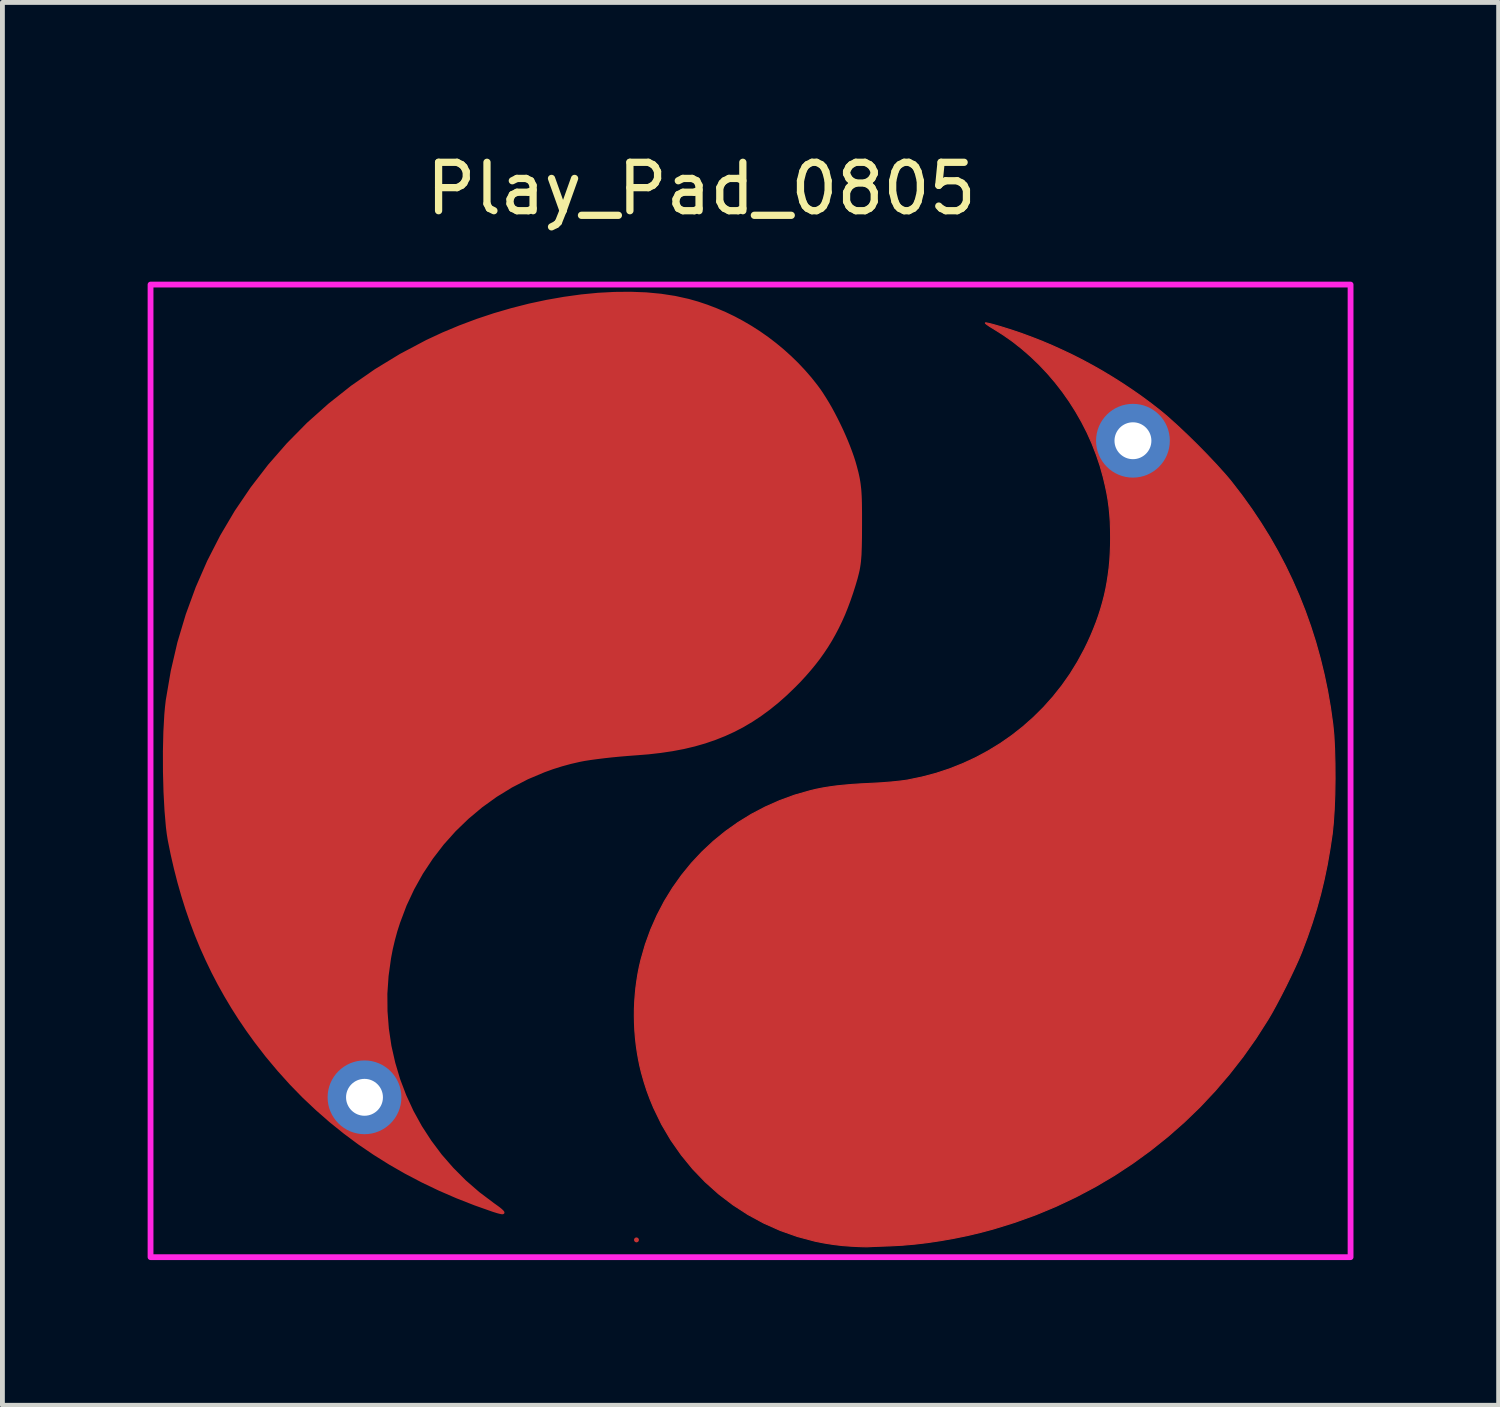
<source format=kicad_pcb>
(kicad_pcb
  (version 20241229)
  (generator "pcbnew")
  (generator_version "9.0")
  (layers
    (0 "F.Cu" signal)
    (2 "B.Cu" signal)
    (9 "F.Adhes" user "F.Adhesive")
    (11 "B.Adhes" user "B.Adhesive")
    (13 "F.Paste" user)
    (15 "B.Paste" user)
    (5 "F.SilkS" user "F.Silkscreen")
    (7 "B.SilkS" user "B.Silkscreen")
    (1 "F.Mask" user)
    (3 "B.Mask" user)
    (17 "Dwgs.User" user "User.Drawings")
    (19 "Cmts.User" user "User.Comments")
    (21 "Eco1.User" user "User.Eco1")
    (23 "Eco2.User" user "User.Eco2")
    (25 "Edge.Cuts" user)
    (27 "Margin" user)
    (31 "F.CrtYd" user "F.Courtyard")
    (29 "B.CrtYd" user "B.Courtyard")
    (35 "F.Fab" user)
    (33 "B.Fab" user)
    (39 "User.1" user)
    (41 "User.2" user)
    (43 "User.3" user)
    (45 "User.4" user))
  (footprint "Play_Pad_0805"
    (layer "F.Cu")
    (at 11.414 13.599)
    (property "Reference" "Play_Pad_0805" (at 0.025 -12.751 0) (layer "F.SilkS") (effects (font (size 1 1) (thickness 0.15))))
    (attr exclude_from_pos_files exclude_from_bom)
    (fp_line (start -1.316 8.965) (end -1.315 8.966) (stroke (width 0.1) (type solid)) (layer "F.Cu"))
    (fp_poly (pts (xy -1.116 -10.586) (xy -0.809 -10.557) (xy -0.517 -10.512) (xy -0.242 -10.451) (xy -0.048 -10.396) (xy 0.143 -10.332) (xy 0.331 -10.26) (xy 0.517 -10.181) (xy 0.7 -10.093) (xy 0.879 -9.997) (xy 1.055 -9.894) (xy 1.226 -9.784) (xy 1.393 -9.667) (xy 1.555 -9.543) (xy 1.712 -9.413) (xy 1.864 -9.276) (xy 2.01 -9.134) (xy 2.15 -8.985) (xy 2.284 -8.831) (xy 2.41 -8.671) (xy 2.468 -8.592) (xy 2.526 -8.506) (xy 2.585 -8.413) (xy 2.645 -8.315) (xy 2.704 -8.212) (xy 2.762 -8.105) (xy 2.819 -7.995) (xy 2.875 -7.882) (xy 2.929 -7.769) (xy 2.98 -7.655) (xy 3.029 -7.541) (xy 3.074 -7.429) (xy 3.116 -7.318) (xy 3.154 -7.211) (xy 3.187 -7.108) (xy 3.215 -7.009) (xy 3.247 -6.886) (xy 3.26 -6.828) (xy 3.272 -6.771) (xy 3.282 -6.715) (xy 3.291 -6.657) (xy 3.298 -6.598) (xy 3.305 -6.535) (xy 3.31 -6.468) (xy 3.314 -6.397) (xy 3.317 -6.319) (xy 3.319 -6.234) (xy 3.321 -6.037) (xy 3.321 -5.799) (xy 3.32 -5.55) (xy 3.316 -5.349) (xy 3.31 -5.187) (xy 3.299 -5.051) (xy 3.291 -4.99) (xy 3.282 -4.932) (xy 3.272 -4.875) (xy 3.259 -4.818) (xy 3.229 -4.7) (xy 3.189 -4.565) (xy 3.138 -4.404) (xy 3.085 -4.25) (xy 3.029 -4.1) (xy 2.971 -3.956) (xy 2.909 -3.817) (xy 2.843 -3.681) (xy 2.774 -3.55) (xy 2.702 -3.422) (xy 2.625 -3.297) (xy 2.543 -3.174) (xy 2.458 -3.054) (xy 2.367 -2.936) (xy 2.271 -2.819) (xy 2.17 -2.703) (xy 2.064 -2.587) (xy 1.951 -2.472) (xy 1.78 -2.307) (xy 1.608 -2.154) (xy 1.434 -2.013) (xy 1.256 -1.882) (xy 1.076 -1.762) (xy 0.891 -1.652) (xy 0.702 -1.553) (xy 0.507 -1.464) (xy 0.306 -1.384) (xy 0.099 -1.313) (xy -0.117 -1.251) (xy -0.34 -1.198) (xy -0.572 -1.154) (xy -0.814 -1.118) (xy -1.066 -1.089) (xy -1.328 -1.068) (xy -1.489 -1.056) (xy -1.655 -1.042) (xy -1.822 -1.026) (xy -1.984 -1.008) (xy -2.137 -0.989) (xy -2.276 -0.97) (xy -2.397 -0.951) (xy -2.494 -0.932) (xy -2.68 -0.889) (xy -2.863 -0.839) (xy -3.044 -0.782) (xy -3.221 -0.718) (xy -3.567 -0.572) (xy -3.898 -0.401) (xy -4.216 -0.206) (xy -4.517 0.011) (xy -4.801 0.249) (xy -5.068 0.507) (xy -5.315 0.783) (xy -5.541 1.077) (xy -5.747 1.388) (xy -5.929 1.714) (xy -6.088 2.053) (xy -6.221 2.406) (xy -6.279 2.586) (xy -6.329 2.77) (xy -6.373 2.956) (xy -6.409 3.144) (xy -6.46 3.513) (xy -6.485 3.879) (xy -6.482 4.243) (xy -6.454 4.604) (xy -6.401 4.96) (xy -6.322 5.309) (xy -6.22 5.652) (xy -6.093 5.986) (xy -5.943 6.311) (xy -5.77 6.625) (xy -5.574 6.927) (xy -5.357 7.217) (xy -5.117 7.492) (xy -4.857 7.753) (xy -4.576 7.997) (xy -4.276 8.223) (xy -4.227 8.258) (xy -4.184 8.289) (xy -4.148 8.316) (xy -4.119 8.34) (xy -4.096 8.361) (xy -4.087 8.37) (xy -4.079 8.378) (xy -4.074 8.385) (xy -4.07 8.391) (xy -4.067 8.397) (xy -4.066 8.401) (xy -4.067 8.405) (xy -4.069 8.408) (xy -4.073 8.41) (xy -4.079 8.412) (xy -4.086 8.412) (xy -4.095 8.412) (xy -4.105 8.411) (xy -4.117 8.409) (xy -4.146 8.402) (xy -4.181 8.393) (xy -4.223 8.38) (xy -4.272 8.365) (xy -4.654 8.23) (xy -5.026 8.084) (xy -5.388 7.927) (xy -5.739 7.759) (xy -6.081 7.58) (xy -6.412 7.39) (xy -6.733 7.189) (xy -7.045 6.977) (xy -7.346 6.753) (xy -7.638 6.518) (xy -7.92 6.271) (xy -8.193 6.014) (xy -8.456 5.744) (xy -8.709 5.463) (xy -8.954 5.171) (xy -9.189 4.866) (xy -9.355 4.636) (xy -9.514 4.402) (xy -9.665 4.165) (xy -9.808 3.925) (xy -9.944 3.682) (xy -10.073 3.434) (xy -10.194 3.182) (xy -10.309 2.927) (xy -10.416 2.667) (xy -10.516 2.402) (xy -10.609 2.132) (xy -10.695 1.858) (xy -10.775 1.578) (xy -10.848 1.293) (xy -10.915 1.002) (xy -10.975 0.705) (xy -10.995 0.581) (xy -11.013 0.437) (xy -11.042 0.097) (xy -11.063 -0.292) (xy -11.074 -0.707) (xy -11.075 -1.127) (xy -11.066 -1.527) (xy -11.046 -1.886) (xy -11.032 -2.044) (xy -11.016 -2.182) (xy -10.913 -2.785) (xy -10.776 -3.375) (xy -10.604 -3.95) (xy -10.399 -4.51) (xy -10.162 -5.053) (xy -9.893 -5.578) (xy -9.594 -6.084) (xy -9.264 -6.57) (xy -8.906 -7.035) (xy -8.519 -7.478) (xy -8.105 -7.898) (xy -7.663 -8.292) (xy -7.196 -8.662) (xy -6.704 -9.004) (xy -6.188 -9.318) (xy -5.648 -9.604) (xy -5.31 -9.761) (xy -4.963 -9.906) (xy -4.611 -10.038) (xy -4.253 -10.157) (xy -3.892 -10.262) (xy -3.531 -10.354) (xy -3.17 -10.431) (xy -2.811 -10.494) (xy -2.457 -10.543) (xy -2.108 -10.577) (xy -1.768 -10.595) (xy -1.436 -10.598)) (stroke (width 0.047) (type solid)) (fill yes) (layer "F.Cu"))
    (fp_poly (pts (xy 5.905 -9.979) (xy 5.915 -9.978) (xy 5.926 -9.975) (xy 5.957 -9.969) (xy 5.996 -9.96) (xy 6.042 -9.948) (xy 6.093 -9.934) (xy 6.148 -9.918) (xy 6.207 -9.901) (xy 6.425 -9.833) (xy 6.643 -9.759) (xy 6.859 -9.679) (xy 7.075 -9.594) (xy 7.289 -9.503) (xy 7.502 -9.406) (xy 7.714 -9.305) (xy 7.923 -9.198) (xy 8.13 -9.086) (xy 8.334 -8.969) (xy 8.536 -8.847) (xy 8.736 -8.72) (xy 8.932 -8.589) (xy 9.125 -8.454) (xy 9.314 -8.314) (xy 9.5 -8.169) (xy 9.58 -8.104) (xy 9.667 -8.029) (xy 9.857 -7.858) (xy 10.062 -7.665) (xy 10.272 -7.459) (xy 10.478 -7.249) (xy 10.671 -7.044) (xy 10.842 -6.854) (xy 10.917 -6.767) (xy 10.982 -6.687) (xy 11.194 -6.412) (xy 11.395 -6.132) (xy 11.585 -5.847) (xy 11.765 -5.557) (xy 11.933 -5.262) (xy 12.091 -4.962) (xy 12.237 -4.657) (xy 12.373 -4.347) (xy 12.498 -4.032) (xy 12.612 -3.712) (xy 12.716 -3.386) (xy 12.808 -3.056) (xy 12.89 -2.72) (xy 12.961 -2.38) (xy 13.021 -2.034) (xy 13.07 -1.682) (xy 13.092 -1.455) (xy 13.106 -1.182) (xy 13.114 -0.877) (xy 13.116 -0.557) (xy 13.111 -0.236) (xy 13.099 0.07) (xy 13.081 0.345) (xy 13.058 0.575) (xy 13.009 0.903) (xy 12.954 1.219) (xy 12.89 1.525) (xy 12.818 1.825) (xy 12.736 2.122) (xy 12.644 2.418) (xy 12.54 2.719) (xy 12.424 3.026) (xy 12.365 3.167) (xy 12.289 3.335) (xy 12.2 3.523) (xy 12.104 3.72) (xy 12.004 3.916) (xy 11.905 4.104) (xy 11.812 4.274) (xy 11.729 4.415) (xy 11.48 4.805) (xy 11.215 5.18) (xy 10.933 5.541) (xy 10.636 5.888) (xy 10.325 6.219) (xy 9.999 6.534) (xy 9.659 6.833) (xy 9.305 7.116) (xy 8.939 7.382) (xy 8.561 7.631) (xy 8.171 7.862) (xy 7.769 8.075) (xy 7.357 8.27) (xy 6.935 8.446) (xy 6.503 8.602) (xy 6.062 8.739) (xy 5.797 8.81) (xy 5.525 8.875) (xy 5.25 8.931) (xy 4.975 8.98) (xy 4.701 9.021) (xy 4.433 9.053) (xy 4.172 9.076) (xy 3.922 9.089) (xy 3.65 9.099) (xy 3.549 9.103) (xy 3.49 9.106) (xy 3.467 9.107) (xy 3.436 9.107) (xy 3.396 9.107) (xy 3.349 9.106) (xy 3.243 9.102) (xy 3.127 9.096) (xy 3.127 9.096) (xy 2.936 9.082) (xy 2.746 9.059) (xy 2.558 9.029) (xy 2.373 8.992) (xy 2.009 8.895) (xy 1.656 8.77) (xy 1.316 8.619) (xy 0.989 8.442) (xy 0.678 8.24) (xy 0.383 8.015) (xy 0.106 7.767) (xy -0.152 7.499) (xy -0.388 7.21) (xy -0.603 6.903) (xy -0.794 6.579) (xy -0.96 6.237) (xy -1.033 6.061) (xy -1.1 5.881) (xy -1.159 5.697) (xy -1.212 5.51) (xy -1.246 5.37) (xy -1.275 5.227) (xy -1.3 5.083) (xy -1.321 4.937) (xy -1.337 4.79) (xy -1.349 4.642) (xy -1.356 4.494) (xy -1.359 4.345) (xy -1.358 4.197) (xy -1.352 4.048) (xy -1.341 3.901) (xy -1.327 3.754) (xy -1.307 3.608) (xy -1.284 3.464) (xy -1.256 3.322) (xy -1.223 3.182) (xy -1.132 2.864) (xy -1.02 2.555) (xy -0.888 2.257) (xy -0.738 1.97) (xy -0.569 1.695) (xy -0.383 1.433) (xy -0.18 1.184) (xy 0.039 0.95) (xy 0.273 0.731) (xy 0.522 0.528) (xy 0.784 0.342) (xy 1.059 0.173) (xy 1.347 0.022) (xy 1.645 -0.11) (xy 1.954 -0.223) (xy 2.274 -0.314) (xy 2.399 -0.344) (xy 2.529 -0.37) (xy 2.664 -0.392) (xy 2.808 -0.412) (xy 2.962 -0.428) (xy 3.13 -0.443) (xy 3.313 -0.455) (xy 3.513 -0.465) (xy 3.625 -0.471) (xy 3.736 -0.477) (xy 3.95 -0.494) (xy 4.049 -0.504) (xy 4.139 -0.514) (xy 4.218 -0.524) (xy 4.285 -0.534) (xy 4.579 -0.595) (xy 4.868 -0.671) (xy 5.15 -0.764) (xy 5.424 -0.873) (xy 5.691 -0.996) (xy 5.949 -1.135) (xy 6.198 -1.287) (xy 6.438 -1.454) (xy 6.667 -1.634) (xy 6.885 -1.827) (xy 7.093 -2.033) (xy 7.288 -2.251) (xy 7.471 -2.481) (xy 7.641 -2.722) (xy 7.797 -2.975) (xy 7.939 -3.237) (xy 8.007 -3.377) (xy 8.07 -3.516) (xy 8.128 -3.655) (xy 8.182 -3.793) (xy 8.231 -3.931) (xy 8.275 -4.069) (xy 8.315 -4.208) (xy 8.351 -4.347) (xy 8.382 -4.488) (xy 8.408 -4.63) (xy 8.43 -4.774) (xy 8.449 -4.92) (xy 8.463 -5.068) (xy 8.472 -5.219) (xy 8.478 -5.373) (xy 8.48 -5.529) (xy 8.478 -5.707) (xy 8.473 -5.872) (xy 8.462 -6.026) (xy 8.447 -6.175) (xy 8.427 -6.321) (xy 8.401 -6.47) (xy 8.368 -6.625) (xy 8.329 -6.79) (xy 8.263 -7.026) (xy 8.184 -7.259) (xy 8.095 -7.488) (xy 7.994 -7.713) (xy 7.882 -7.932) (xy 7.759 -8.147) (xy 7.627 -8.355) (xy 7.485 -8.557) (xy 7.334 -8.751) (xy 7.174 -8.938) (xy 7.006 -9.116) (xy 6.83 -9.285) (xy 6.646 -9.445) (xy 6.456 -9.595) (xy 6.259 -9.733) (xy 6.056 -9.861) (xy 6.019 -9.883) (xy 5.985 -9.904) (xy 5.956 -9.924) (xy 5.931 -9.941) (xy 5.912 -9.956) (xy 5.905 -9.962) (xy 5.899 -9.967) (xy 5.895 -9.972) (xy 5.893 -9.975) (xy 5.893 -9.976) (xy 5.893 -9.978) (xy 5.893 -9.978) (xy 5.894 -9.979) (xy 5.898 -9.979)) (stroke (width 0.023) (type solid)) (fill yes) (layer "F.Cu"))
    (fp_poly (pts (xy -1.116 -10.586) (xy -0.809 -10.557) (xy -0.517 -10.512) (xy -0.242 -10.451) (xy -0.048 -10.396) (xy 0.143 -10.332) (xy 0.331 -10.26) (xy 0.517 -10.181) (xy 0.7 -10.093) (xy 0.879 -9.997) (xy 1.055 -9.894) (xy 1.226 -9.784) (xy 1.393 -9.667) (xy 1.555 -9.543) (xy 1.712 -9.413) (xy 1.864 -9.276) (xy 2.01 -9.134) (xy 2.15 -8.985) (xy 2.284 -8.831) (xy 2.41 -8.671) (xy 2.468 -8.592) (xy 2.526 -8.506) (xy 2.585 -8.413) (xy 2.645 -8.315) (xy 2.704 -8.212) (xy 2.762 -8.105) (xy 2.819 -7.995) (xy 2.875 -7.882) (xy 2.929 -7.769) (xy 2.98 -7.655) (xy 3.029 -7.541) (xy 3.074 -7.429) (xy 3.116 -7.318) (xy 3.154 -7.211) (xy 3.187 -7.108) (xy 3.215 -7.009) (xy 3.247 -6.886) (xy 3.26 -6.828) (xy 3.272 -6.771) (xy 3.282 -6.715) (xy 3.291 -6.657) (xy 3.298 -6.598) (xy 3.305 -6.535) (xy 3.31 -6.468) (xy 3.314 -6.397) (xy 3.317 -6.319) (xy 3.319 -6.234) (xy 3.321 -6.037) (xy 3.321 -5.799) (xy 3.32 -5.55) (xy 3.316 -5.349) (xy 3.31 -5.187) (xy 3.299 -5.051) (xy 3.291 -4.99) (xy 3.282 -4.932) (xy 3.272 -4.875) (xy 3.259 -4.818) (xy 3.229 -4.7) (xy 3.189 -4.565) (xy 3.138 -4.404) (xy 3.085 -4.25) (xy 3.029 -4.1) (xy 2.971 -3.956) (xy 2.909 -3.817) (xy 2.843 -3.681) (xy 2.774 -3.55) (xy 2.702 -3.422) (xy 2.625 -3.297) (xy 2.543 -3.174) (xy 2.458 -3.054) (xy 2.367 -2.936) (xy 2.271 -2.819) (xy 2.17 -2.703) (xy 2.064 -2.587) (xy 1.951 -2.472) (xy 1.78 -2.307) (xy 1.608 -2.154) (xy 1.434 -2.013) (xy 1.256 -1.882) (xy 1.076 -1.762) (xy 0.891 -1.652) (xy 0.702 -1.553) (xy 0.507 -1.464) (xy 0.306 -1.384) (xy 0.099 -1.313) (xy -0.117 -1.251) (xy -0.34 -1.198) (xy -0.572 -1.154) (xy -0.814 -1.118) (xy -1.066 -1.089) (xy -1.328 -1.068) (xy -1.489 -1.056) (xy -1.655 -1.042) (xy -1.822 -1.026) (xy -1.984 -1.008) (xy -2.137 -0.989) (xy -2.276 -0.97) (xy -2.397 -0.951) (xy -2.494 -0.932) (xy -2.68 -0.889) (xy -2.863 -0.839) (xy -3.044 -0.782) (xy -3.221 -0.718) (xy -3.567 -0.572) (xy -3.898 -0.401) (xy -4.216 -0.206) (xy -4.517 0.011) (xy -4.801 0.249) (xy -5.068 0.507) (xy -5.315 0.783) (xy -5.541 1.077) (xy -5.747 1.388) (xy -5.929 1.714) (xy -6.088 2.053) (xy -6.221 2.406) (xy -6.279 2.586) (xy -6.329 2.77) (xy -6.373 2.956) (xy -6.409 3.144) (xy -6.46 3.513) (xy -6.485 3.879) (xy -6.482 4.243) (xy -6.454 4.604) (xy -6.401 4.96) (xy -6.322 5.309) (xy -6.22 5.652) (xy -6.093 5.986) (xy -5.943 6.311) (xy -5.77 6.625) (xy -5.574 6.927) (xy -5.357 7.217) (xy -5.117 7.492) (xy -4.857 7.753) (xy -4.576 7.997) (xy -4.276 8.223) (xy -4.227 8.258) (xy -4.184 8.289) (xy -4.148 8.316) (xy -4.119 8.34) (xy -4.096 8.361) (xy -4.087 8.37) (xy -4.079 8.378) (xy -4.074 8.385) (xy -4.07 8.391) (xy -4.067 8.397) (xy -4.066 8.401) (xy -4.067 8.405) (xy -4.069 8.408) (xy -4.073 8.41) (xy -4.079 8.412) (xy -4.086 8.412) (xy -4.095 8.412) (xy -4.105 8.411) (xy -4.117 8.409) (xy -4.146 8.402) (xy -4.181 8.393) (xy -4.223 8.38) (xy -4.272 8.365) (xy -4.654 8.23) (xy -5.026 8.084) (xy -5.388 7.927) (xy -5.739 7.759) (xy -6.081 7.58) (xy -6.412 7.39) (xy -6.733 7.189) (xy -7.045 6.977) (xy -7.346 6.753) (xy -7.638 6.518) (xy -7.92 6.271) (xy -8.193 6.014) (xy -8.456 5.744) (xy -8.709 5.463) (xy -8.954 5.171) (xy -9.189 4.866) (xy -9.355 4.636) (xy -9.514 4.402) (xy -9.665 4.165) (xy -9.808 3.925) (xy -9.944 3.682) (xy -10.073 3.434) (xy -10.194 3.182) (xy -10.309 2.927) (xy -10.416 2.667) (xy -10.516 2.402) (xy -10.609 2.132) (xy -10.695 1.858) (xy -10.775 1.578) (xy -10.848 1.293) (xy -10.915 1.002) (xy -10.975 0.705) (xy -10.995 0.581) (xy -11.013 0.437) (xy -11.042 0.097) (xy -11.063 -0.292) (xy -11.074 -0.707) (xy -11.075 -1.127) (xy -11.066 -1.527) (xy -11.046 -1.886) (xy -11.032 -2.044) (xy -11.016 -2.182) (xy -10.913 -2.785) (xy -10.776 -3.375) (xy -10.604 -3.95) (xy -10.399 -4.51) (xy -10.162 -5.053) (xy -9.893 -5.578) (xy -9.594 -6.084) (xy -9.264 -6.57) (xy -8.906 -7.035) (xy -8.519 -7.478) (xy -8.105 -7.898) (xy -7.663 -8.292) (xy -7.196 -8.662) (xy -6.704 -9.004) (xy -6.188 -9.318) (xy -5.648 -9.604) (xy -5.31 -9.761) (xy -4.963 -9.906) (xy -4.611 -10.038) (xy -4.253 -10.157) (xy -3.892 -10.262) (xy -3.531 -10.354) (xy -3.17 -10.431) (xy -2.811 -10.494) (xy -2.457 -10.543) (xy -2.108 -10.577) (xy -1.768 -10.595) (xy -1.436 -10.598)) (stroke (width 0.047) (type solid)) (fill yes) (layer "F.Mask"))
    (fp_poly (pts (xy 5.905 -9.979) (xy 5.915 -9.978) (xy 5.926 -9.975) (xy 5.957 -9.969) (xy 5.996 -9.96) (xy 6.042 -9.948) (xy 6.093 -9.934) (xy 6.148 -9.918) (xy 6.207 -9.901) (xy 6.425 -9.833) (xy 6.643 -9.759) (xy 6.859 -9.679) (xy 7.075 -9.594) (xy 7.289 -9.503) (xy 7.502 -9.406) (xy 7.714 -9.305) (xy 7.923 -9.198) (xy 8.13 -9.086) (xy 8.334 -8.969) (xy 8.536 -8.847) (xy 8.736 -8.72) (xy 8.932 -8.589) (xy 9.125 -8.454) (xy 9.314 -8.314) (xy 9.5 -8.169) (xy 9.58 -8.104) (xy 9.667 -8.029) (xy 9.857 -7.858) (xy 10.062 -7.665) (xy 10.272 -7.459) (xy 10.478 -7.249) (xy 10.671 -7.044) (xy 10.842 -6.854) (xy 10.917 -6.767) (xy 10.982 -6.687) (xy 11.194 -6.412) (xy 11.395 -6.132) (xy 11.585 -5.847) (xy 11.765 -5.557) (xy 11.933 -5.262) (xy 12.091 -4.962) (xy 12.237 -4.657) (xy 12.373 -4.347) (xy 12.498 -4.032) (xy 12.612 -3.712) (xy 12.716 -3.386) (xy 12.808 -3.056) (xy 12.89 -2.72) (xy 12.961 -2.38) (xy 13.021 -2.034) (xy 13.07 -1.682) (xy 13.092 -1.455) (xy 13.106 -1.182) (xy 13.114 -0.877) (xy 13.116 -0.557) (xy 13.111 -0.236) (xy 13.099 0.07) (xy 13.081 0.345) (xy 13.058 0.575) (xy 13.009 0.903) (xy 12.954 1.219) (xy 12.89 1.525) (xy 12.818 1.825) (xy 12.736 2.122) (xy 12.644 2.418) (xy 12.54 2.719) (xy 12.424 3.026) (xy 12.365 3.167) (xy 12.289 3.335) (xy 12.2 3.523) (xy 12.104 3.72) (xy 12.004 3.916) (xy 11.905 4.104) (xy 11.812 4.274) (xy 11.729 4.415) (xy 11.48 4.805) (xy 11.215 5.18) (xy 10.933 5.541) (xy 10.636 5.888) (xy 10.325 6.219) (xy 9.999 6.534) (xy 9.659 6.833) (xy 9.305 7.116) (xy 8.939 7.382) (xy 8.561 7.631) (xy 8.171 7.862) (xy 7.769 8.075) (xy 7.357 8.27) (xy 6.935 8.446) (xy 6.503 8.602) (xy 6.062 8.739) (xy 5.797 8.81) (xy 5.525 8.875) (xy 5.25 8.931) (xy 4.975 8.98) (xy 4.701 9.021) (xy 4.433 9.053) (xy 4.172 9.076) (xy 3.922 9.089) (xy 3.65 9.099) (xy 3.549 9.103) (xy 3.49 9.106) (xy 3.467 9.107) (xy 3.436 9.107) (xy 3.396 9.107) (xy 3.349 9.106) (xy 3.243 9.102) (xy 3.127 9.096) (xy 3.127 9.096) (xy 2.936 9.082) (xy 2.746 9.059) (xy 2.558 9.029) (xy 2.373 8.992) (xy 2.009 8.895) (xy 1.656 8.77) (xy 1.316 8.619) (xy 0.989 8.442) (xy 0.678 8.24) (xy 0.383 8.015) (xy 0.106 7.767) (xy -0.152 7.499) (xy -0.388 7.21) (xy -0.603 6.903) (xy -0.794 6.579) (xy -0.96 6.237) (xy -1.033 6.061) (xy -1.1 5.881) (xy -1.159 5.697) (xy -1.212 5.51) (xy -1.246 5.37) (xy -1.275 5.227) (xy -1.3 5.083) (xy -1.321 4.937) (xy -1.337 4.79) (xy -1.349 4.642) (xy -1.356 4.494) (xy -1.359 4.345) (xy -1.358 4.197) (xy -1.352 4.048) (xy -1.341 3.901) (xy -1.327 3.754) (xy -1.307 3.608) (xy -1.284 3.464) (xy -1.256 3.322) (xy -1.223 3.182) (xy -1.132 2.864) (xy -1.02 2.555) (xy -0.888 2.257) (xy -0.738 1.97) (xy -0.569 1.695) (xy -0.383 1.433) (xy -0.18 1.184) (xy 0.039 0.95) (xy 0.273 0.731) (xy 0.522 0.528) (xy 0.784 0.342) (xy 1.059 0.173) (xy 1.347 0.022) (xy 1.645 -0.11) (xy 1.954 -0.223) (xy 2.274 -0.314) (xy 2.399 -0.344) (xy 2.529 -0.37) (xy 2.664 -0.392) (xy 2.808 -0.412) (xy 2.962 -0.428) (xy 3.13 -0.443) (xy 3.313 -0.455) (xy 3.513 -0.465) (xy 3.625 -0.471) (xy 3.736 -0.477) (xy 3.95 -0.494) (xy 4.049 -0.504) (xy 4.139 -0.514) (xy 4.218 -0.524) (xy 4.285 -0.534) (xy 4.579 -0.595) (xy 4.868 -0.671) (xy 5.15 -0.764) (xy 5.424 -0.873) (xy 5.691 -0.996) (xy 5.949 -1.135) (xy 6.198 -1.287) (xy 6.438 -1.454) (xy 6.667 -1.634) (xy 6.885 -1.827) (xy 7.093 -2.033) (xy 7.288 -2.251) (xy 7.471 -2.481) (xy 7.641 -2.722) (xy 7.797 -2.975) (xy 7.939 -3.237) (xy 8.007 -3.377) (xy 8.07 -3.516) (xy 8.128 -3.655) (xy 8.182 -3.793) (xy 8.231 -3.931) (xy 8.275 -4.069) (xy 8.315 -4.208) (xy 8.351 -4.347) (xy 8.382 -4.488) (xy 8.408 -4.63) (xy 8.43 -4.774) (xy 8.449 -4.92) (xy 8.463 -5.068) (xy 8.472 -5.219) (xy 8.478 -5.373) (xy 8.48 -5.529) (xy 8.478 -5.707) (xy 8.473 -5.872) (xy 8.462 -6.026) (xy 8.447 -6.175) (xy 8.427 -6.321) (xy 8.401 -6.47) (xy 8.368 -6.625) (xy 8.329 -6.79) (xy 8.263 -7.026) (xy 8.184 -7.259) (xy 8.095 -7.488) (xy 7.994 -7.713) (xy 7.882 -7.932) (xy 7.759 -8.147) (xy 7.627 -8.355) (xy 7.485 -8.557) (xy 7.334 -8.751) (xy 7.174 -8.938) (xy 7.006 -9.116) (xy 6.83 -9.285) (xy 6.646 -9.445) (xy 6.456 -9.595) (xy 6.259 -9.733) (xy 6.056 -9.861) (xy 6.019 -9.883) (xy 5.985 -9.904) (xy 5.956 -9.924) (xy 5.931 -9.941) (xy 5.912 -9.956) (xy 5.905 -9.962) (xy 5.899 -9.967) (xy 5.895 -9.972) (xy 5.893 -9.975) (xy 5.893 -9.976) (xy 5.893 -9.978) (xy 5.893 -9.978) (xy 5.894 -9.979) (xy 5.898 -9.979)) (stroke (width 0.023) (type solid)) (fill yes) (layer "F.Mask"))
    (fp_rect (start -11.354 -10.77) (end 13.437 9.322) (stroke (width 0.12) (type default)) (fill no) (layer "F.CrtYd"))
    (pad "1" thru_hole circle (at -6.934 6.02) (size 1.524 1.524) (drill 0.762) (layers "*.Cu" "*.Mask"))
    (pad "2" thru_hole circle (at 8.941 -7.544) (size 1.524 1.524) (drill 0.762) (layers "*.Cu" "*.Mask")))
  (gr_rect
    (start -3 -3)
    (end 27.91 25.981)
    (stroke (width 0.1) (type default))
    (fill no)
    (layer "Edge.Cuts")))
</source>
